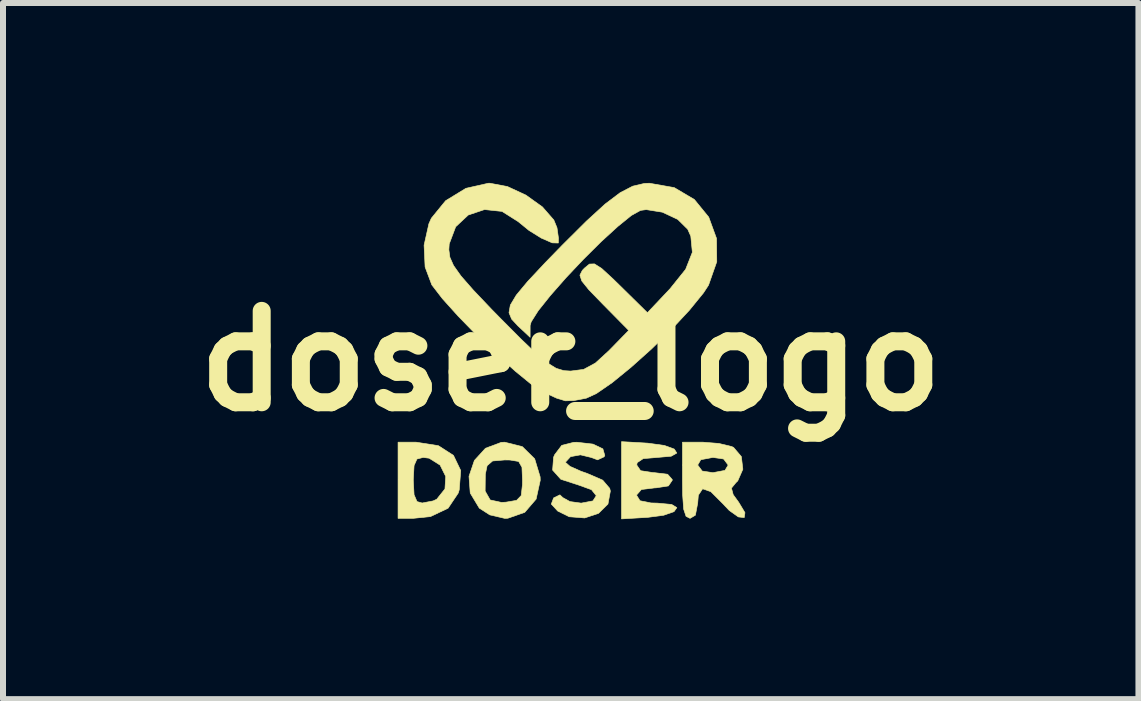
<source format=kicad_pcb>
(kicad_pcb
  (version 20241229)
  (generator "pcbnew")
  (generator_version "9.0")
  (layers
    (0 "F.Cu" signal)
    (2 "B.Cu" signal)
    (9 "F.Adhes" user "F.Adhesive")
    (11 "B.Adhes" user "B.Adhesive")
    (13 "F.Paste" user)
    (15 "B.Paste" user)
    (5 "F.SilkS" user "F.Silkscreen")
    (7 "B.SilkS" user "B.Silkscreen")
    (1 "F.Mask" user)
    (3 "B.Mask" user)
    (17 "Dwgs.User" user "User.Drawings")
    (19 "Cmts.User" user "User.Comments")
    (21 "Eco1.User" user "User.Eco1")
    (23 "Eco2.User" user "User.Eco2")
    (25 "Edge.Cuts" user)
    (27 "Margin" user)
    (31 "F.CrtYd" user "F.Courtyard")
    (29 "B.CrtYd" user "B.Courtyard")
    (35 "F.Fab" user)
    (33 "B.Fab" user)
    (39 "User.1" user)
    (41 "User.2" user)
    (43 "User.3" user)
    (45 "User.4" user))
  (footprint "doser_logo"
    (layer "F.Cu")
    (at 6.466 2.968)
    (property "Reference" "doser_logo" (at 0 0 0) (layer "F.SilkS") (effects (font (size 1.524 1.524) (thickness 0.3))))
    (attr through_hole)
    (fp_poly (pts (xy -2.207 1.413) (xy -1.955 1.575) (xy -1.834 1.827) (xy -1.859 2.15) (xy -1.876 2.204) (xy -2.045 2.456) (xy -2.338 2.595) (xy -2.63 2.625) (xy -2.879 2.625) (xy -2.879 1.99) (xy -2.625 1.99) (xy -2.612 2.231) (xy -2.563 2.345) (xy -2.477 2.369) (xy -2.294 2.334) (xy -2.234 2.306) (xy -2.097 2.134) (xy -2.084 1.926) (xy -2.178 1.737) (xy -2.361 1.622) (xy -2.461 1.609) (xy -2.564 1.636) (xy -2.612 1.745) (xy -2.625 1.979) (xy -2.625 1.99) (xy -2.879 1.99) (xy -2.879 1.355) (xy -2.577 1.355) (xy -2.207 1.413)) (stroke (width 0.01) (type solid)) (fill yes) (layer "F.SilkS"))
    (fp_poly (pts (xy 1.285 1.371) (xy 1.561 1.409) (xy 1.727 1.47) (xy 1.769 1.536) (xy 1.675 1.589) (xy 1.446 1.609) (xy 1.208 1.629) (xy 1.108 1.696) (xy 1.101 1.736) (xy 1.165 1.83) (xy 1.37 1.862) (xy 1.397 1.863) (xy 1.616 1.89) (xy 1.693 1.978) (xy 1.693 1.99) (xy 1.629 2.084) (xy 1.424 2.116) (xy 1.397 2.117) (xy 1.178 2.144) (xy 1.101 2.232) (xy 1.101 2.244) (xy 1.155 2.331) (xy 1.338 2.368) (xy 1.446 2.371) (xy 1.683 2.393) (xy 1.77 2.446) (xy 1.722 2.513) (xy 1.55 2.573) (xy 1.285 2.608) (xy 0.847 2.634) (xy 0.847 1.346) (xy 1.285 1.371)) (stroke (width 0.01) (type solid)) (fill yes) (layer "F.SilkS"))
    (fp_poly (pts (xy -0.807 1.429) (xy -0.601 1.632) (xy -0.51 1.933) (xy -0.508 1.99) (xy -0.577 2.304) (xy -0.767 2.525) (xy -1.048 2.623) (xy -1.101 2.625) (xy -1.349 2.567) (xy -1.524 2.455) (xy -1.675 2.204) (xy -1.678 2.17) (xy -1.427 2.17) (xy -1.343 2.318) (xy -1.155 2.359) (xy -1.08 2.355) (xy -0.903 2.325) (xy -0.825 2.244) (xy -0.805 2.062) (xy -0.804 1.99) (xy -0.813 1.773) (xy -0.869 1.676) (xy -1.013 1.652) (xy -1.101 1.651) (xy -1.303 1.668) (xy -1.394 1.747) (xy -1.424 1.891) (xy -1.427 2.17) (xy -1.678 2.17) (xy -1.696 1.924) (xy -1.606 1.659) (xy -1.421 1.456) (xy -1.159 1.358) (xy -1.101 1.355) (xy -0.807 1.429)) (stroke (width 0.01) (type solid)) (fill yes) (layer "F.SilkS"))
    (fp_poly (pts (xy 2.471 1.376) (xy 2.685 1.428) (xy 2.715 1.442) (xy 2.845 1.595) (xy 2.87 1.806) (xy 2.785 2) (xy 2.753 2.031) (xy 2.68 2.121) (xy 2.709 2.23) (xy 2.801 2.357) (xy 2.905 2.53) (xy 2.893 2.612) (xy 2.795 2.601) (xy 2.643 2.493) (xy 2.539 2.383) (xy 2.336 2.18) (xy 2.199 2.132) (xy 2.128 2.239) (xy 2.117 2.371) (xy 2.079 2.572) (xy 1.99 2.625) (xy 1.923 2.591) (xy 1.883 2.471) (xy 1.866 2.233) (xy 1.863 1.99) (xy 1.863 1.736) (xy 2.117 1.736) (xy 2.192 1.836) (xy 2.371 1.863) (xy 2.572 1.825) (xy 2.625 1.736) (xy 2.549 1.635) (xy 2.371 1.609) (xy 2.169 1.647) (xy 2.117 1.736) (xy 1.863 1.736) (xy 1.863 1.355) (xy 2.207 1.355) (xy 2.471 1.376)) (stroke (width 0.01) (type solid)) (fill yes) (layer "F.SilkS"))
    (fp_poly (pts (xy 0.372 1.387) (xy 0.536 1.466) (xy 0.568 1.576) (xy 0.556 1.599) (xy 0.448 1.649) (xy 0.34 1.609) (xy 0.163 1.566) (xy -0.003 1.596) (xy -0.084 1.684) (xy -0.085 1.694) (xy -0.012 1.758) (xy 0.172 1.84) (xy 0.275 1.876) (xy 0.533 1.988) (xy 0.65 2.125) (xy 0.661 2.17) (xy 0.621 2.386) (xy 0.463 2.542) (xy 0.233 2.618) (xy -0.025 2.598) (xy -0.217 2.503) (xy -0.324 2.387) (xy -0.285 2.284) (xy -0.18 2.233) (xy -0.132 2.279) (xy -0.013 2.345) (xy 0.174 2.371) (xy 0.37 2.334) (xy 0.426 2.247) (xy 0.346 2.147) (xy 0.136 2.071) (xy 0.13 2.069) (xy -0.165 1.973) (xy -0.302 1.82) (xy -0.286 1.606) (xy -0.268 1.564) (xy -0.15 1.408) (xy 0.05 1.357) (xy 0.104 1.356) (xy 0.372 1.387)) (stroke (width 0.01) (type solid)) (fill yes) (layer "F.SilkS"))
    (fp_poly (pts (xy 1.726 -2.89) (xy 2.061 -2.692) (xy 2.301 -2.398) (xy 2.431 -2.042) (xy 2.435 -1.654) (xy 2.298 -1.264) (xy 2.214 -1.135) (xy 1.978 -0.845) (xy 1.678 -0.523) (xy 1.344 -0.197) (xy 1.004 0.107) (xy 0.69 0.363) (xy 0.429 0.543) (xy 0.26 0.621) (xy 0.05 0.661) (xy -0.089 0.665) (xy -0.232 0.622) (xy -0.451 0.522) (xy -0.466 0.515) (xy -0.654 0.392) (xy -0.922 0.173) (xy -1.237 -0.111) (xy -1.567 -0.428) (xy -1.878 -0.748) (xy -2.139 -1.038) (xy -2.316 -1.268) (xy -2.428 -1.566) (xy -2.445 -1.93) (xy -2.365 -2.287) (xy -2.324 -2.379) (xy -2.086 -2.671) (xy -1.748 -2.878) (xy -1.372 -2.963) (xy -1.348 -2.963) (xy -1.056 -2.908) (xy -0.747 -2.765) (xy -0.472 -2.568) (xy -0.282 -2.35) (xy -0.229 -2.221) (xy -0.204 -2.045) (xy -0.207 -1.966) (xy -0.309 -1.969) (xy -0.49 -2.048) (xy -0.696 -2.176) (xy -0.875 -2.322) (xy -0.876 -2.323) (xy -1.145 -2.493) (xy -1.437 -2.524) (xy -1.708 -2.433) (xy -1.918 -2.237) (xy -2.026 -1.951) (xy -2.032 -1.854) (xy -2.015 -1.729) (xy -1.954 -1.591) (xy -1.83 -1.416) (xy -1.625 -1.182) (xy -1.323 -0.864) (xy -1.169 -0.707) (xy -0.825 -0.361) (xy -0.571 -0.119) (xy -0.385 0.036) (xy -0.241 0.124) (xy -0.115 0.162) (xy -0.001 0.169) (xy 0.216 0.141) (xy 0.412 0.035) (xy 0.636 -0.17) (xy 0.967 -0.509) (xy 0.526 -0.956) (xy 0.302 -1.187) (xy 0.184 -1.334) (xy 0.153 -1.43) (xy 0.193 -1.509) (xy 0.23 -1.548) (xy 0.312 -1.615) (xy 0.396 -1.618) (xy 0.516 -1.542) (xy 0.704 -1.369) (xy 0.827 -1.249) (xy 1.279 -0.804) (xy 1.655 -1.202) (xy 1.916 -1.527) (xy 2.028 -1.811) (xy 2.002 -2.08) (xy 1.951 -2.195) (xy 1.784 -2.36) (xy 1.528 -2.48) (xy 1.26 -2.523) (xy 1.164 -2.51) (xy 1.012 -2.426) (xy 0.786 -2.243) (xy 0.51 -1.991) (xy 0.213 -1.696) (xy -0.079 -1.387) (xy -0.339 -1.091) (xy -0.542 -0.837) (xy -0.659 -0.652) (xy -0.677 -0.59) (xy -0.677 -0.394) (xy -0.886 -0.59) (xy -0.985 -0.697) (xy -1.029 -0.804) (xy -1.007 -0.931) (xy -0.907 -1.098) (xy -0.717 -1.326) (xy -0.426 -1.637) (xy -0.139 -1.932) (xy 0.261 -2.33) (xy 0.574 -2.616) (xy 0.824 -2.805) (xy 1.034 -2.914) (xy 1.226 -2.959) (xy 1.311 -2.963) (xy 1.726 -2.89)) (stroke (width 0.01) (type solid)) (fill yes) (layer "F.SilkS")))
  (gr_rect
    (start -3 -3)
    (end 15.932 8.607)
    (stroke (width 0.1) (type default))
    (fill no)
    (layer "Edge.Cuts")))
</source>
